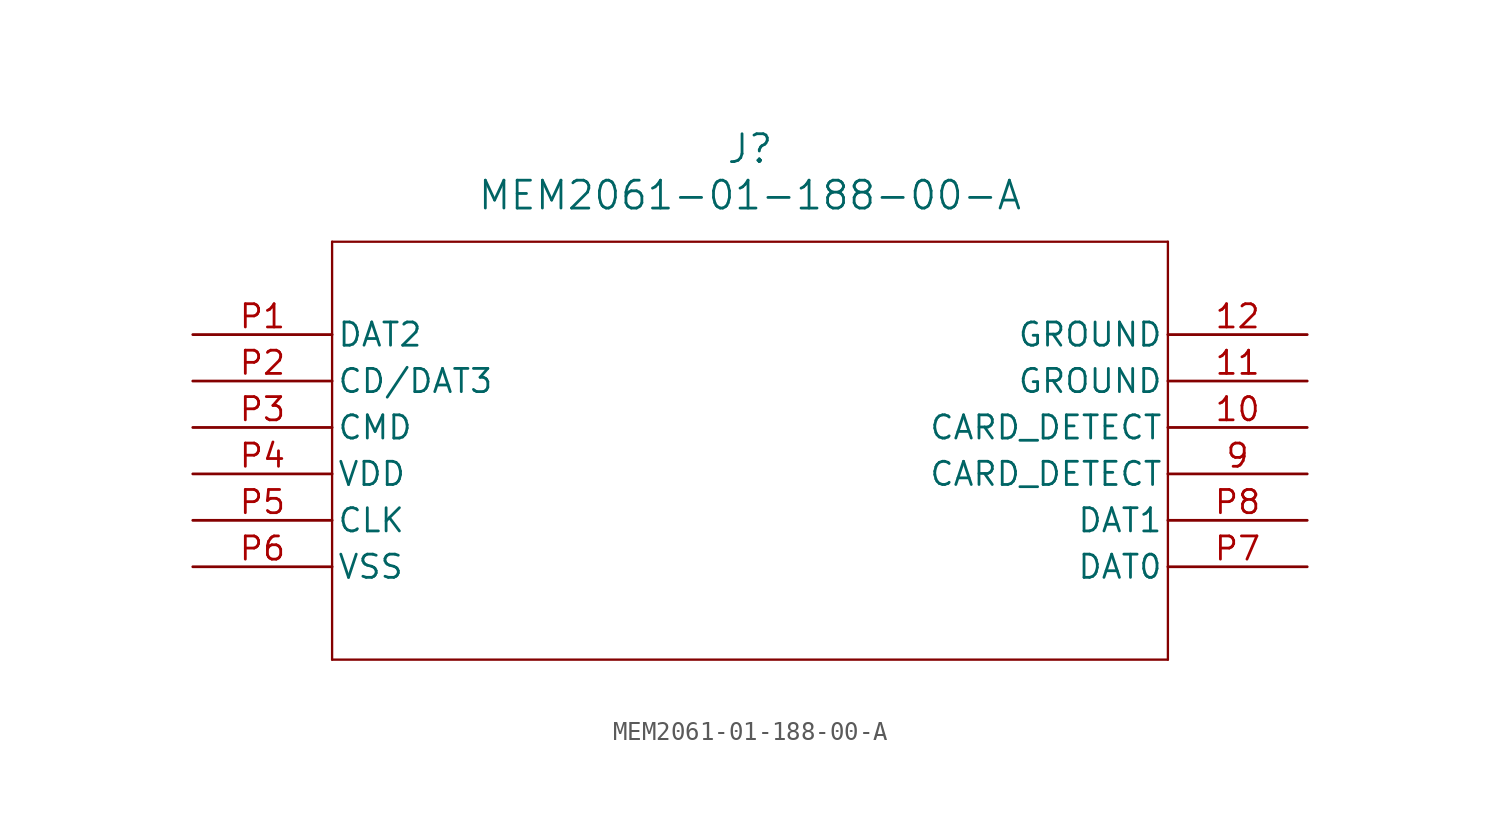
<source format=kicad_sym>
(kicad_symbol_lib
  (version 20211014)
  (generator kicad_symbol_editor)
  (symbol "MEM2061-01-188-00-A"
    (pin_names
      (offset 0.254))
    (property "Reference" "J"
      (at 30.48 10.16 0)
      (effects (font (size 1.524 1.524))))
    (property "Value" "MEM2061-01-188-00-A"
      (at 30.48 7.62 0)
      (effects (font (size 1.524 1.524))))
    (symbol "MEM2061-01-188-00-A_0_1"
      (polyline (pts (xy 7.62 5.08) (xy 7.62 -17.78)) (stroke (width 0.127) (type default) (color 0 0 0 0)) (fill (type none)))
      (polyline (pts (xy 7.62 -17.78) (xy 53.34 -17.78)) (stroke (width 0.127) (type default) (color 0 0 0 0)) (fill (type none)))
      (polyline (pts (xy 53.34 -17.78) (xy 53.34 5.08)) (stroke (width 0.127) (type default) (color 0 0 0 0)) (fill (type none)))
      (polyline (pts (xy 53.34 5.08) (xy 7.62 5.08)) (stroke (width 0.127) (type default) (color 0 0 0 0)) (fill (type none)))
      (pin bidirectional line (at 0 0 0) (length 7.62) (name "DAT2" (effects (font (size 1.27 1.27)))) (number "P1" (effects (font (size 1.27 1.27)))))
      (pin bidirectional line (at 0 -2.54 0) (length 7.62) (name "CD/DAT3" (effects (font (size 1.27 1.27)))) (number "P2" (effects (font (size 1.27 1.27)))))
      (pin bidirectional line (at 0 -5.08 0) (length 7.62) (name "CMD" (effects (font (size 1.27 1.27)))) (number "P3" (effects (font (size 1.27 1.27)))))
      (pin power_in line (at 0 -7.62 0) (length 7.62) (name "VDD" (effects (font (size 1.27 1.27)))) (number "P4" (effects (font (size 1.27 1.27)))))
      (pin unspecified line (at 0 -10.16 0) (length 7.62) (name "CLK" (effects (font (size 1.27 1.27)))) (number "P5" (effects (font (size 1.27 1.27)))))
      (pin power_out line (at 0 -12.7 0) (length 7.62) (name "VSS" (effects (font (size 1.27 1.27)))) (number "P6" (effects (font (size 1.27 1.27)))))
      (pin bidirectional line (at 60.96 -12.7 180) (length 7.62) (name "DAT0" (effects (font (size 1.27 1.27)))) (number "P7" (effects (font (size 1.27 1.27)))))
      (pin bidirectional line (at 60.96 -10.16 180) (length 7.62) (name "DAT1" (effects (font (size 1.27 1.27)))) (number "P8" (effects (font (size 1.27 1.27)))))
      (pin unspecified line (at 60.96 -7.62 180) (length 7.62) (name "CARD_DETECT" (effects (font (size 1.27 1.27)))) (number "9" (effects (font (size 1.27 1.27)))))
      (pin unspecified line (at 60.96 -5.08 180) (length 7.62) (name "CARD_DETECT" (effects (font (size 1.27 1.27)))) (number "10" (effects (font (size 1.27 1.27)))))
      (pin power_out line (at 60.96 -2.54 180) (length 7.62) (name "GROUND" (effects (font (size 1.27 1.27)))) (number "11" (effects (font (size 1.27 1.27)))))
      (pin power_out line (at 60.96 0 180) (length 7.62) (name "GROUND" (effects (font (size 1.27 1.27)))) (number "12" (effects (font (size 1.27 1.27))))))))
</source>
